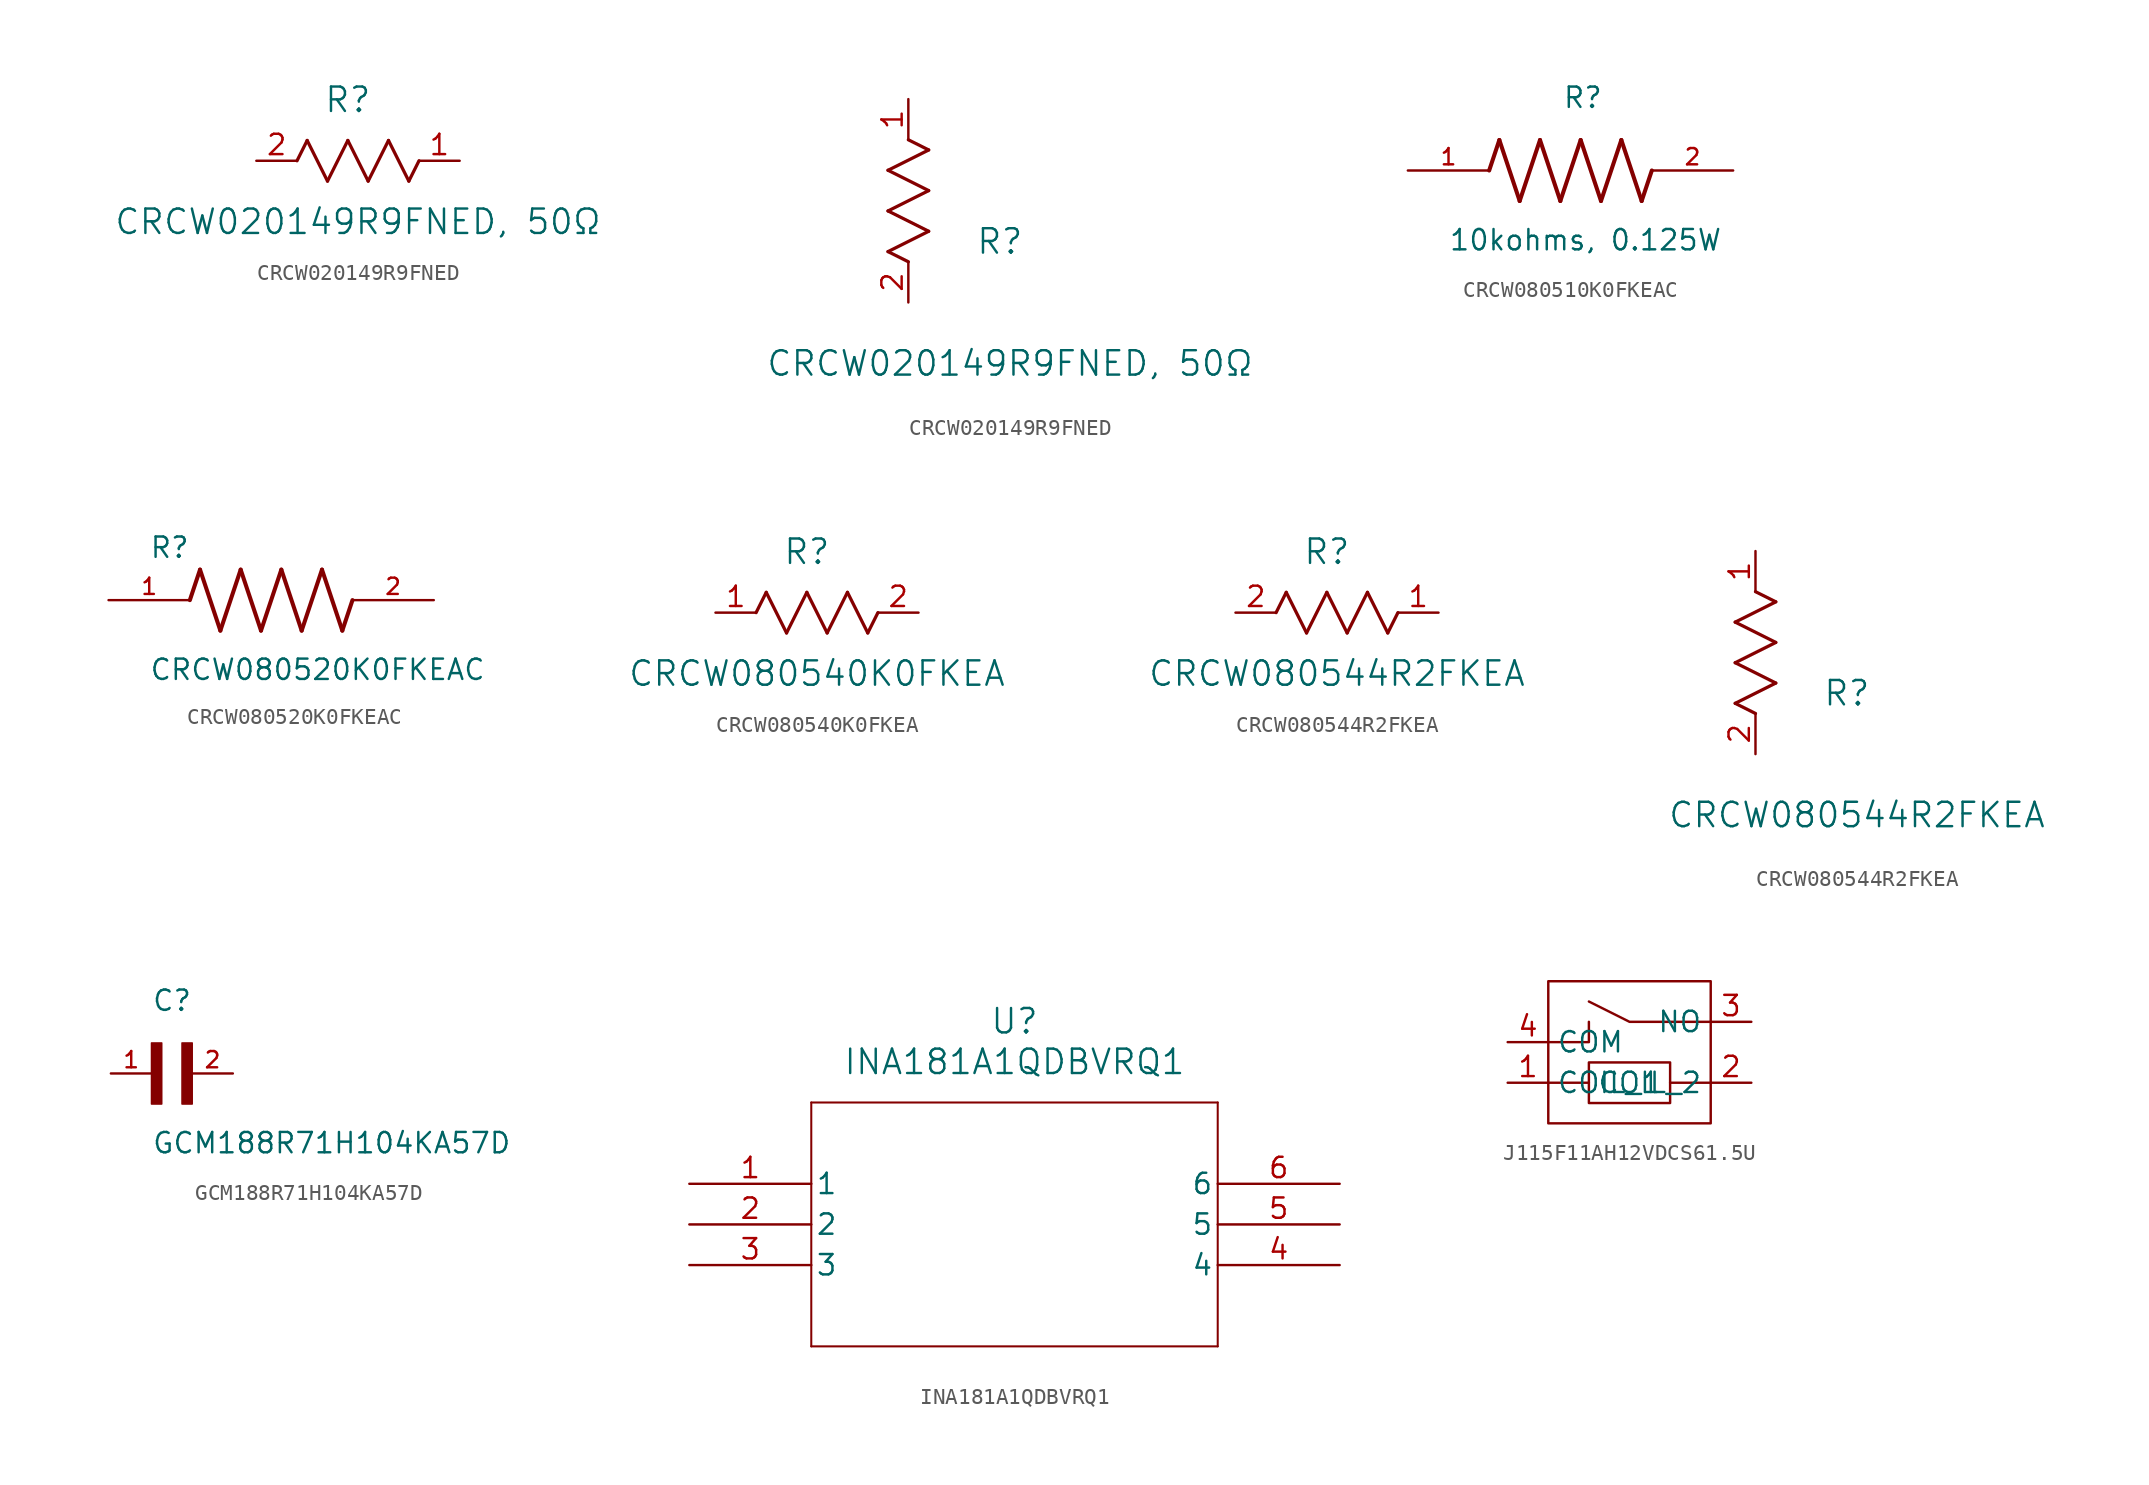
<source format=kicad_sym>
(kicad_symbol_lib
  (version 20241209)
  (generator "kicad_symbol_editor")
  (generator_version "9.0")
  (symbol "CRCW020149R9FNED"
    (pin_names
      (offset 0.254))
    (property "Reference" "R"
      (at 5.715 3.81 0)
      (effects (font (size 1.524 1.524))))
    (property "Value" "CRCW020149R9FNED, 50Ω"
      (at 6.35 -3.81 0)
      (effects (font (size 1.524 1.524))))
    (symbol "CRCW020149R9FNED_1_1"
      (polyline (pts (xy 2.54 0) (xy 3.175 1.27)) (stroke (width 0.203) (type default)) (fill (type none)))
      (polyline (pts (xy 3.175 1.27) (xy 4.445 -1.27)) (stroke (width 0.203) (type default)) (fill (type none)))
      (polyline (pts (xy 4.445 -1.27) (xy 5.715 1.27)) (stroke (width 0.203) (type default)) (fill (type none)))
      (polyline (pts (xy 5.715 1.27) (xy 6.985 -1.27)) (stroke (width 0.203) (type default)) (fill (type none)))
      (polyline (pts (xy 6.985 -1.27) (xy 8.255 1.27)) (stroke (width 0.203) (type default)) (fill (type none)))
      (polyline (pts (xy 8.255 1.27) (xy 9.525 -1.27)) (stroke (width 0.203) (type default)) (fill (type none)))
      (polyline (pts (xy 9.525 -1.27) (xy 10.16 0)) (stroke (width 0.203) (type default)) (fill (type none)))
      (pin passive line (at 0 0 0) (length 2.54) (name "" (effects (font (size 1.27 1.27)))) (number "2" (effects (font (size 1.27 1.27)))))
      (pin passive line (at 12.7 0 180) (length 2.54) (name "" (effects (font (size 1.27 1.27)))) (number "1" (effects (font (size 1.27 1.27))))))
    (symbol "CRCW020149R9FNED_1_2"
      (polyline (pts (xy -1.27 8.255) (xy 1.27 9.525)) (stroke (width 0.203) (type default)) (fill (type none)))
      (polyline (pts (xy -1.27 5.715) (xy 1.27 6.985)) (stroke (width 0.203) (type default)) (fill (type none)))
      (polyline (pts (xy -1.27 3.175) (xy 1.27 4.445)) (stroke (width 0.203) (type default)) (fill (type none)))
      (polyline (pts (xy 0 2.54) (xy -1.27 3.175)) (stroke (width 0.203) (type default)) (fill (type none)))
      (polyline (pts (xy 1.27 9.525) (xy 0 10.16)) (stroke (width 0.203) (type default)) (fill (type none)))
      (polyline (pts (xy 1.27 6.985) (xy -1.27 8.255)) (stroke (width 0.203) (type default)) (fill (type none)))
      (polyline (pts (xy 1.27 4.445) (xy -1.27 5.715)) (stroke (width 0.203) (type default)) (fill (type none)))
      (pin unspecified line (at 0 12.7 270) (length 2.54) (name "" (effects (font (size 1.27 1.27)))) (number "1" (effects (font (size 1.27 1.27)))))
      (pin unspecified line (at 0 0 90) (length 2.54) (name "" (effects (font (size 1.27 1.27)))) (number "2" (effects (font (size 1.27 1.27)))))))
  (symbol "CRCW080510K0FKEAC"
    (pin_names
      (offset 1.016))
    (property "Reference" "R"
      (at -0.508 3.81 0)
      (effects (font (size 1.27 1.27)) (justify left bottom)))
    (property "Value" "10kohms, 0.125W"
      (at -7.63 -5.087 0)
      (effects (font (size 1.27 1.27)) (justify left bottom)))
    (symbol "CRCW080510K0FKEAC_0_0"
      (polyline (pts (xy -5.08 0) (xy -4.445 1.905)) (stroke (width 0.254) (type default)) (fill (type none)))
      (polyline (pts (xy -4.445 1.905) (xy -3.175 -1.905)) (stroke (width 0.254) (type default)) (fill (type none)))
      (polyline (pts (xy -3.175 -1.905) (xy -1.905 1.905)) (stroke (width 0.254) (type default)) (fill (type none)))
      (polyline (pts (xy -1.905 1.905) (xy -0.635 -1.905)) (stroke (width 0.254) (type default)) (fill (type none)))
      (polyline (pts (xy -0.635 -1.905) (xy 0.635 1.905)) (stroke (width 0.254) (type default)) (fill (type none)))
      (polyline (pts (xy 0.635 1.905) (xy 1.905 -1.905)) (stroke (width 0.254) (type default)) (fill (type none)))
      (polyline (pts (xy 1.905 -1.905) (xy 3.175 1.905)) (stroke (width 0.254) (type default)) (fill (type none)))
      (polyline (pts (xy 3.175 1.905) (xy 4.445 -1.905)) (stroke (width 0.254) (type default)) (fill (type none)))
      (polyline (pts (xy 4.445 -1.905) (xy 5.08 0)) (stroke (width 0.254) (type default)) (fill (type none)))
      (pin passive line (at -10.16 0 0) (length 5.08) (name "~" (effects (font (size 1.016 1.016)))) (number "1" (effects (font (size 1.016 1.016)))))
      (pin passive line (at 10.16 0 180) (length 5.08) (name "~" (effects (font (size 1.016 1.016)))) (number "2" (effects (font (size 1.016 1.016)))))))
  (symbol "CRCW080520K0FKEAC"
    (pin_names
      (offset 1.016))
    (property "Reference" "R"
      (at -7.624 2.542 0)
      (effects (font (size 1.27 1.27)) (justify left bottom)))
    (property "Value" "CRCW080520K0FKEAC"
      (at -7.63 -5.087 0)
      (effects (font (size 1.27 1.27)) (justify left bottom)))
    (symbol "CRCW080520K0FKEAC_0_0"
      (polyline (pts (xy -5.08 0) (xy -4.445 1.905)) (stroke (width 0.254) (type default)) (fill (type none)))
      (polyline (pts (xy -4.445 1.905) (xy -3.175 -1.905)) (stroke (width 0.254) (type default)) (fill (type none)))
      (polyline (pts (xy -3.175 -1.905) (xy -1.905 1.905)) (stroke (width 0.254) (type default)) (fill (type none)))
      (polyline (pts (xy -1.905 1.905) (xy -0.635 -1.905)) (stroke (width 0.254) (type default)) (fill (type none)))
      (polyline (pts (xy -0.635 -1.905) (xy 0.635 1.905)) (stroke (width 0.254) (type default)) (fill (type none)))
      (polyline (pts (xy 0.635 1.905) (xy 1.905 -1.905)) (stroke (width 0.254) (type default)) (fill (type none)))
      (polyline (pts (xy 1.905 -1.905) (xy 3.175 1.905)) (stroke (width 0.254) (type default)) (fill (type none)))
      (polyline (pts (xy 3.175 1.905) (xy 4.445 -1.905)) (stroke (width 0.254) (type default)) (fill (type none)))
      (polyline (pts (xy 4.445 -1.905) (xy 5.08 0)) (stroke (width 0.254) (type default)) (fill (type none)))
      (pin passive line (at -10.16 0 0) (length 5.08) (name "~" (effects (font (size 1.016 1.016)))) (number "1" (effects (font (size 1.016 1.016)))))
      (pin passive line (at 10.16 0 180) (length 5.08) (name "~" (effects (font (size 1.016 1.016)))) (number "2" (effects (font (size 1.016 1.016)))))))
  (symbol "CRCW080540K0FKEA"
    (pin_names
      (offset 0.254))
    (property "Reference" "R"
      (at 5.715 3.81 0)
      (effects (font (size 1.524 1.524))))
    (property "Value" "CRCW080540K0FKEA"
      (at 6.35 -3.81 0)
      (effects (font (size 1.524 1.524))))
    (symbol "CRCW080540K0FKEA_0_1"
      (polyline (pts (xy 2.54 0) (xy 3.175 1.27)) (stroke (width 0.203) (type default)) (fill (type none)))
      (polyline (pts (xy 3.175 1.27) (xy 4.445 -1.27)) (stroke (width 0.203) (type default)) (fill (type none)))
      (polyline (pts (xy 4.445 -1.27) (xy 5.715 1.27)) (stroke (width 0.203) (type default)) (fill (type none)))
      (polyline (pts (xy 5.715 1.27) (xy 6.985 -1.27)) (stroke (width 0.203) (type default)) (fill (type none)))
      (polyline (pts (xy 6.985 -1.27) (xy 8.255 1.27)) (stroke (width 0.203) (type default)) (fill (type none)))
      (polyline (pts (xy 8.255 1.27) (xy 9.525 -1.27)) (stroke (width 0.203) (type default)) (fill (type none)))
      (polyline (pts (xy 9.525 -1.27) (xy 10.16 0)) (stroke (width 0.203) (type default)) (fill (type none)))
      (pin unspecified line (at 0 0 0) (length 2.54) (name "" (effects (font (size 1.27 1.27)))) (number "1" (effects (font (size 1.27 1.27)))))
      (pin unspecified line (at 12.7 0 180) (length 2.54) (name "" (effects (font (size 1.27 1.27)))) (number "2" (effects (font (size 1.27 1.27)))))))
  (symbol "CRCW080544R2FKEA"
    (pin_names
      (offset 0.254))
    (property "Reference" "R"
      (at 5.715 3.81 0)
      (effects (font (size 1.524 1.524))))
    (property "Value" "CRCW080544R2FKEA"
      (at 6.35 -3.81 0)
      (effects (font (size 1.524 1.524))))
    (symbol "CRCW080544R2FKEA_1_1"
      (polyline (pts (xy 2.54 0) (xy 3.175 1.27)) (stroke (width 0.203) (type default)) (fill (type none)))
      (polyline (pts (xy 3.175 1.27) (xy 4.445 -1.27)) (stroke (width 0.203) (type default)) (fill (type none)))
      (polyline (pts (xy 4.445 -1.27) (xy 5.715 1.27)) (stroke (width 0.203) (type default)) (fill (type none)))
      (polyline (pts (xy 5.715 1.27) (xy 6.985 -1.27)) (stroke (width 0.203) (type default)) (fill (type none)))
      (polyline (pts (xy 6.985 -1.27) (xy 8.255 1.27)) (stroke (width 0.203) (type default)) (fill (type none)))
      (polyline (pts (xy 8.255 1.27) (xy 9.525 -1.27)) (stroke (width 0.203) (type default)) (fill (type none)))
      (polyline (pts (xy 9.525 -1.27) (xy 10.16 0)) (stroke (width 0.203) (type default)) (fill (type none)))
      (pin unspecified line (at 0 0 0) (length 2.54) (name "" (effects (font (size 1.27 1.27)))) (number "2" (effects (font (size 1.27 1.27)))))
      (pin unspecified line (at 12.7 0 180) (length 2.54) (name "" (effects (font (size 1.27 1.27)))) (number "1" (effects (font (size 1.27 1.27))))))
    (symbol "CRCW080544R2FKEA_1_2"
      (polyline (pts (xy -1.27 8.255) (xy 1.27 9.525)) (stroke (width 0.203) (type default)) (fill (type none)))
      (polyline (pts (xy -1.27 5.715) (xy 1.27 6.985)) (stroke (width 0.203) (type default)) (fill (type none)))
      (polyline (pts (xy -1.27 3.175) (xy 1.27 4.445)) (stroke (width 0.203) (type default)) (fill (type none)))
      (polyline (pts (xy 0 2.54) (xy -1.27 3.175)) (stroke (width 0.203) (type default)) (fill (type none)))
      (polyline (pts (xy 1.27 9.525) (xy 0 10.16)) (stroke (width 0.203) (type default)) (fill (type none)))
      (polyline (pts (xy 1.27 6.985) (xy -1.27 8.255)) (stroke (width 0.203) (type default)) (fill (type none)))
      (polyline (pts (xy 1.27 4.445) (xy -1.27 5.715)) (stroke (width 0.203) (type default)) (fill (type none)))
      (pin unspecified line (at 0 12.7 270) (length 2.54) (name "" (effects (font (size 1.27 1.27)))) (number "1" (effects (font (size 1.27 1.27)))))
      (pin unspecified line (at 0 0 90) (length 2.54) (name "" (effects (font (size 1.27 1.27)))) (number "2" (effects (font (size 1.27 1.27)))))))
  (symbol "GCM188R71H104KA57D"
    (pin_names
      (offset 1.016))
    (property "Reference" "C"
      (at 0 3.811 0)
      (effects (font (size 1.27 1.27)) (justify left bottom)))
    (property "Value" "GCM188R71H104KA57D"
      (at 0 -5.088 0)
      (effects (font (size 1.27 1.27)) (justify left bottom)))
    (symbol "GCM188R71H104KA57D_0_0"
      (rectangle (start 0 -1.907) (end 0.635 1.905) (stroke (width 0.1) (type default)) (fill (type outline)))
      (rectangle (start 1.907 -1.907) (end 2.54 1.905) (stroke (width 0.1) (type default)) (fill (type outline)))
      (pin passive line (at -2.54 0 0) (length 2.54) (name "~" (effects (font (size 1.016 1.016)))) (number "1" (effects (font (size 1.016 1.016)))))
      (pin passive line (at 5.08 0 180) (length 2.54) (name "~" (effects (font (size 1.016 1.016)))) (number "2" (effects (font (size 1.016 1.016)))))))
  (symbol "INA181A1QDBVRQ1"
    (pin_names
      (offset 0.254))
    (property "Reference" "U"
      (at 20.32 10.16 0)
      (effects (font (size 1.524 1.524))))
    (property "Value" "INA181A1QDBVRQ1"
      (at 20.32 7.62 0)
      (effects (font (size 1.524 1.524))))
    (symbol "INA181A1QDBVRQ1_0_1"
      (polyline (pts (xy 7.62 5.08) (xy 7.62 -10.16)) (stroke (width 0.127) (type default)) (fill (type none)))
      (polyline (pts (xy 7.62 -10.16) (xy 33.02 -10.16)) (stroke (width 0.127) (type default)) (fill (type none)))
      (polyline (pts (xy 33.02 5.08) (xy 7.62 5.08)) (stroke (width 0.127) (type default)) (fill (type none)))
      (polyline (pts (xy 33.02 -10.16) (xy 33.02 5.08)) (stroke (width 0.127) (type default)) (fill (type none)))
      (pin unspecified line (at 0 0 0) (length 7.62) (name "1" (effects (font (size 1.27 1.27)))) (number "1" (effects (font (size 1.27 1.27)))))
      (pin unspecified line (at 0 -2.54 0) (length 7.62) (name "2" (effects (font (size 1.27 1.27)))) (number "2" (effects (font (size 1.27 1.27)))))
      (pin unspecified line (at 0 -5.08 0) (length 7.62) (name "3" (effects (font (size 1.27 1.27)))) (number "3" (effects (font (size 1.27 1.27)))))
      (pin unspecified line (at 40.64 0 180) (length 7.62) (name "6" (effects (font (size 1.27 1.27)))) (number "6" (effects (font (size 1.27 1.27)))))
      (pin unspecified line (at 40.64 -2.54 180) (length 7.62) (name "5" (effects (font (size 1.27 1.27)))) (number "5" (effects (font (size 1.27 1.27)))))
      (pin unspecified line (at 40.64 -5.08 180) (length 7.62) (name "4" (effects (font (size 1.27 1.27)))) (number "4" (effects (font (size 1.27 1.27)))))))
  (symbol "J115F11AH12VDCS61.5U"
    (property "Reference" "U14"
      (at 13.208 -0.508 90)
      (effects (font (size 1.27 1.27)) (hide yes)))
    (symbol "J115F11AH12VDCS61.5U_0_1"
      (rectangle (start -5.08 3.81) (end 5.08 -5.08) (stroke (width 0) (type default)) (fill (type none)))
      (polyline (pts (xy -5.08 0) (xy -2.54 0) (xy -2.54 1.27)) (stroke (width 0) (type default)) (fill (type none)))
      (polyline (pts (xy -5.08 -2.54) (xy -2.54 -2.54)) (stroke (width 0) (type default)) (fill (type none)))
      (polyline (pts (xy -2.54 2.54) (xy 0 1.27) (xy 5.08 1.27)) (stroke (width 0) (type default)) (fill (type none)))
      (rectangle (start -2.54 -1.27) (end 2.54 -3.81) (stroke (width 0) (type default)) (fill (type none)))
      (polyline (pts (xy 2.54 -2.54) (xy 5.08 -2.54)) (stroke (width 0) (type default)) (fill (type none))))
    (symbol "J115F11AH12VDCS61.5U_1_1"
      (pin unspecified line (at -7.62 0 0) (length 2.54) (name "COM" (effects (font (size 1.27 1.27)))) (number "4" (effects (font (size 1.27 1.27)))))
      (pin unspecified line (at -7.62 -2.54 0) (length 2.54) (name "COIL_1" (effects (font (size 1.27 1.27)))) (number "1" (effects (font (size 1.27 1.27)))))
      (pin unspecified line (at 7.62 1.27 180) (length 2.54) (name "NO" (effects (font (size 1.27 1.27)))) (number "3" (effects (font (size 1.27 1.27)))))
      (pin unspecified line (at 7.62 -2.54 180) (length 2.54) (name "COIL_2" (effects (font (size 1.27 1.27)))) (number "2" (effects (font (size 1.27 1.27))))))))
</source>
